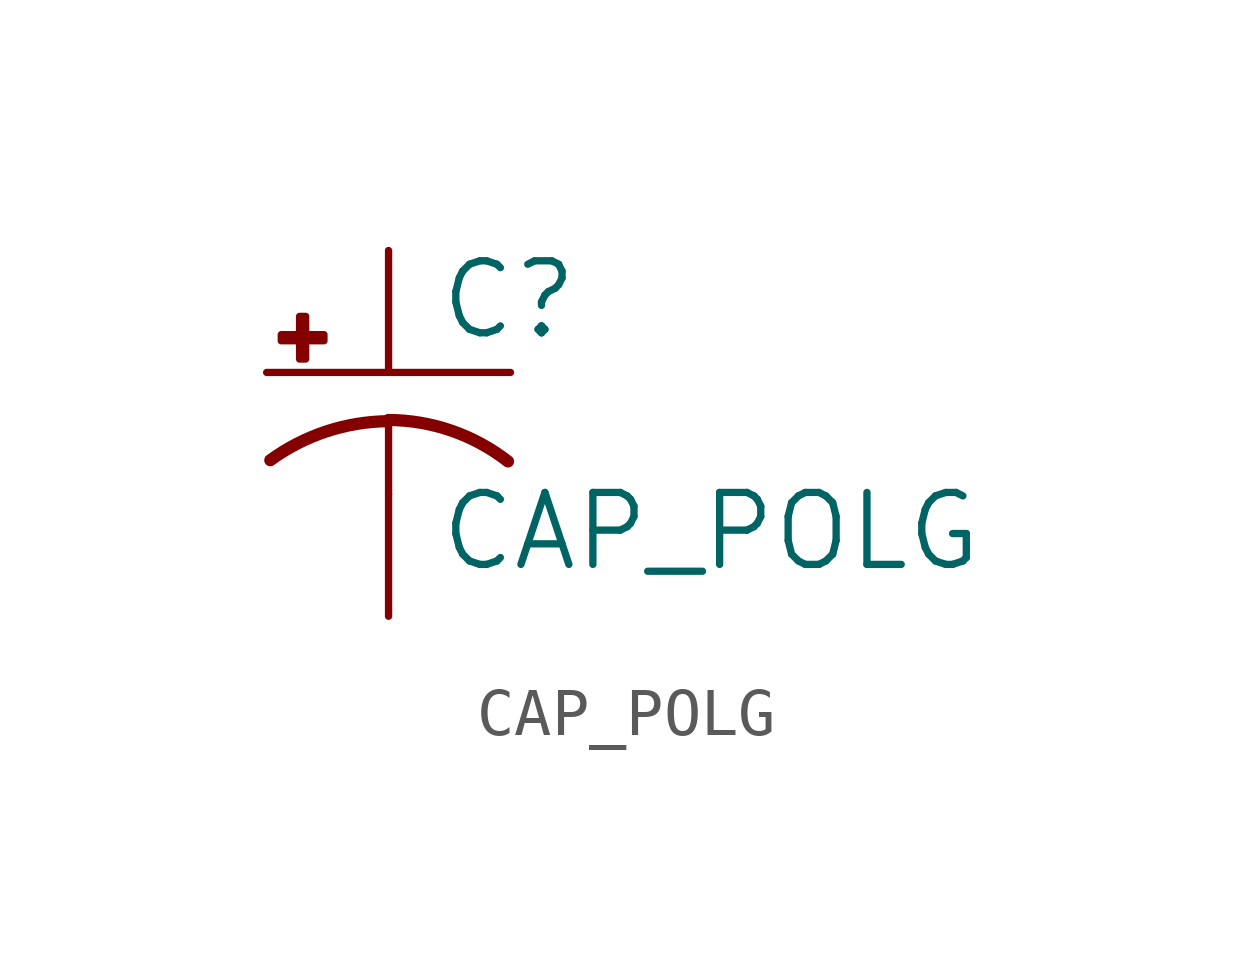
<source format=kicad_sym>
(kicad_symbol_lib
  (version 20211014)
  (generator kicad_symbol_editor)
  (symbol "CAP_POLG"
    (pin_names
      (offset 1.016))
    (property "Reference" "C"
      (at 1.016 0.635 0)
      (effects (font (size 1.499 1.499)) (justify left bottom)))
    (property "Value" "CAP_POLG"
      (at 1.016 -4.191 0)
      (effects (font (size 1.499 1.499)) (justify left bottom)))
    (property "ki_locked" ""
      (at 0 0 0)
      (effects (font (size 1.27 1.27))))
    (symbol "CAP_POLG_1_0"
      (rectangle (start -2.235 0.66) (end -1.346 0.787) (stroke (width 0) (type default) (color 0 0 0 0)) (fill (type outline)))
      (rectangle (start -1.854 0.279) (end -1.727 1.168) (stroke (width 0) (type default) (color 0 0 0 0)) (fill (type outline)))
      (arc (start 0 -1.016) (mid -1.2939 -1.2289) (end -2.4638 -1.8288) (stroke (width 0.254) (type default) (color 0 0 0 0)) (fill (type none)))
      (polyline (pts (xy -2.54 0) (xy 2.54 0)) (stroke (width 0) (type default) (color 0 0 0 0)) (fill (type none)))
      (polyline (pts (xy 0 -1.016) (xy 0 -2.54)) (stroke (width 0) (type default) (color 0 0 0 0)) (fill (type none)))
      (arc (start 2.4892 -1.8542) (mid 1.3167 -1.2157) (end 0 -0.9906) (stroke (width 0.254) (type default) (color 0 0 0 0)) (fill (type none)))
      (pin passive line (at 0 2.54 270) (length 2.54) (name "+" (effects (font (size 0 0)))) (number "+" (effects (font (size 0 0)))))
      (pin passive line (at 0 -5.08 90) (length 2.54) (name "-" (effects (font (size 0 0)))) (number "-" (effects (font (size 0 0))))))))
</source>
